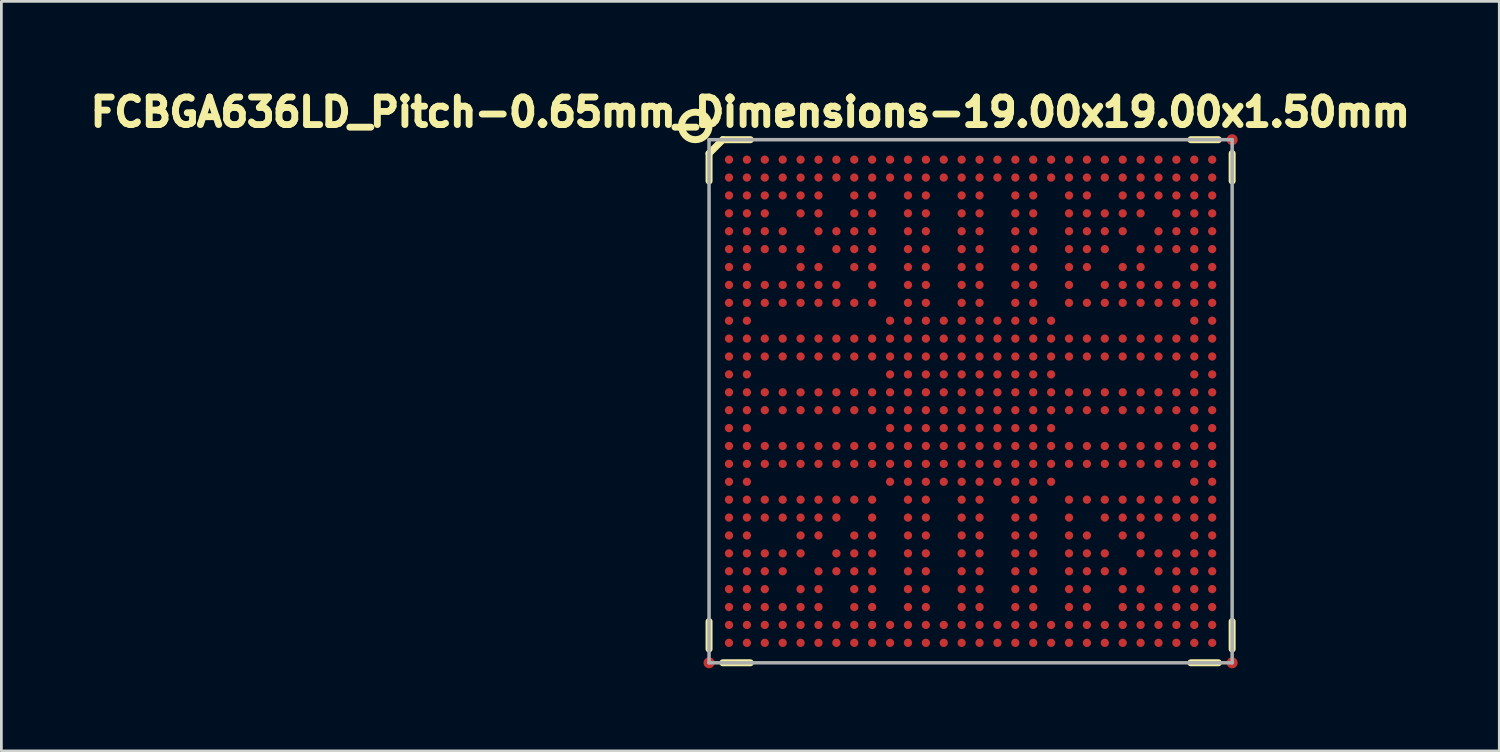
<source format=kicad_pcb>
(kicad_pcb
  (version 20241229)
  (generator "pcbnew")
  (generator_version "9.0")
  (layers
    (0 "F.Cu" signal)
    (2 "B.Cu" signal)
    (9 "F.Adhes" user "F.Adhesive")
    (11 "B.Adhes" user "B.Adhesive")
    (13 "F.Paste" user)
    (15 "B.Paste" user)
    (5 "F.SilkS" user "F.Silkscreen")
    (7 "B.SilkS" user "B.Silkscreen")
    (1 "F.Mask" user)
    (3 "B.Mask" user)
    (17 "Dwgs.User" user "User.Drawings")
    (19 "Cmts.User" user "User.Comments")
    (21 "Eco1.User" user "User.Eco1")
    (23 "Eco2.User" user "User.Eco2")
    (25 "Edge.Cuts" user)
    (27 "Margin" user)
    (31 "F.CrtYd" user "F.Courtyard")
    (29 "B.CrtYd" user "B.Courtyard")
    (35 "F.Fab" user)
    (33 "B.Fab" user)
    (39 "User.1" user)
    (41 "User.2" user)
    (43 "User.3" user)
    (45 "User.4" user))
  (footprint "FCBGA636LD_Pitch-0.65mm_Dimensions-19.00x19.00x1.50mm"
    (layer "F.Cu")
    (at 32.204 11.524)
    (property "Reference" "FCBGA636LD_Pitch-0.65mm_Dimensions-19.00x19.00x1.50mm" (at -8 -10.5 0) (layer "F.SilkS") (effects (font (size 1 1) (thickness 0.25))))
    (attr through_hole)
    (fp_line (start -9.5 -9) (end -9 -9.5) (stroke (width 0.254) (type solid)) (layer "F.SilkS"))
    (fp_line (start -9.5 -8) (end -9.5 -9) (stroke (width 0.254) (type solid)) (layer "F.SilkS"))
    (fp_line (start -9.5 9) (end -9.5 8) (stroke (width 0.254) (type solid)) (layer "F.SilkS"))
    (fp_line (start -9 -9.5) (end -8 -9.5) (stroke (width 0.254) (type solid)) (layer "F.SilkS"))
    (fp_line (start -9 9.5) (end -8 9.5) (stroke (width 0.254) (type solid)) (layer "F.SilkS"))
    (fp_line (start 9 -9.5) (end 8 -9.5) (stroke (width 0.254) (type solid)) (layer "F.SilkS"))
    (fp_line (start 9 9.5) (end 8 9.5) (stroke (width 0.254) (type solid)) (layer "F.SilkS"))
    (fp_line (start 9.5 -9) (end 9.5 -8) (stroke (width 0.254) (type solid)) (layer "F.SilkS"))
    (fp_line (start 9.5 9) (end 9.5 8) (stroke (width 0.254) (type solid)) (layer "F.SilkS"))
    (fp_circle (center -10 -10) (end -10 -9.5) (stroke (width 0.254) (type solid)) (fill no) (layer "F.SilkS"))
    (fp_line (start -9.5 -9.5) (end 9.5 -9.5) (stroke (width 0.127) (type solid)) (layer "F.Fab"))
    (fp_line (start -9.5 9.5) (end -9.5 -9.5) (stroke (width 0.127) (type solid)) (layer "F.Fab"))
    (fp_line (start 9.5 -9.5) (end 9.5 9.5) (stroke (width 0.127) (type solid)) (layer "F.Fab"))
    (fp_line (start 9.5 9.5) (end -9.5 9.5) (stroke (width 0.127) (type solid)) (layer "F.Fab"))
    (pad "A1" smd circle (at -8.775 -8.775) (size 0.3 0.3) (layers "F.Cu" "F.Mask" "F.Paste"))
    (pad "A2" smd circle (at -8.125 -8.775) (size 0.3 0.3) (layers "F.Cu" "F.Mask" "F.Paste"))
    (pad "A3" smd circle (at -7.475 -8.775) (size 0.3 0.3) (layers "F.Cu" "F.Mask" "F.Paste"))
    (pad "A4" smd circle (at -6.825 -8.775) (size 0.3 0.3) (layers "F.Cu" "F.Mask" "F.Paste"))
    (pad "A5" smd circle (at -6.175 -8.775) (size 0.3 0.3) (layers "F.Cu" "F.Mask" "F.Paste"))
    (pad "A6" smd circle (at -5.525 -8.775) (size 0.3 0.3) (layers "F.Cu" "F.Mask" "F.Paste"))
    (pad "A7" smd circle (at -4.875 -8.775) (size 0.3 0.3) (layers "F.Cu" "F.Mask" "F.Paste"))
    (pad "A8" smd circle (at -4.225 -8.775) (size 0.3 0.3) (layers "F.Cu" "F.Mask" "F.Paste"))
    (pad "A9" smd circle (at -3.575 -8.775) (size 0.3 0.3) (layers "F.Cu" "F.Mask" "F.Paste"))
    (pad "A10" smd circle (at -2.925 -8.775) (size 0.3 0.3) (layers "F.Cu" "F.Mask" "F.Paste"))
    (pad "A11" smd circle (at -2.275 -8.775) (size 0.3 0.3) (layers "F.Cu" "F.Mask" "F.Paste"))
    (pad "A12" smd circle (at -1.625 -8.775) (size 0.3 0.3) (layers "F.Cu" "F.Mask" "F.Paste"))
    (pad "A13" smd circle (at -0.975 -8.775) (size 0.3 0.3) (layers "F.Cu" "F.Mask" "F.Paste"))
    (pad "A14" smd circle (at -0.325 -8.775) (size 0.3 0.3) (layers "F.Cu" "F.Mask" "F.Paste"))
    (pad "A15" smd circle (at 0.325 -8.775) (size 0.3 0.3) (layers "F.Cu" "F.Mask" "F.Paste"))
    (pad "A16" smd circle (at 0.975 -8.775) (size 0.3 0.3) (layers "F.Cu" "F.Mask" "F.Paste"))
    (pad "A17" smd circle (at 1.625 -8.775) (size 0.3 0.3) (layers "F.Cu" "F.Mask" "F.Paste"))
    (pad "A18" smd circle (at 2.275 -8.775) (size 0.3 0.3) (layers "F.Cu" "F.Mask" "F.Paste"))
    (pad "A19" smd circle (at 2.925 -8.775) (size 0.3 0.3) (layers "F.Cu" "F.Mask" "F.Paste"))
    (pad "A20" smd circle (at 3.575 -8.775) (size 0.3 0.3) (layers "F.Cu" "F.Mask" "F.Paste"))
    (pad "A21" smd circle (at 4.225 -8.775) (size 0.3 0.3) (layers "F.Cu" "F.Mask" "F.Paste"))
    (pad "A22" smd circle (at 4.875 -8.775) (size 0.3 0.3) (layers "F.Cu" "F.Mask" "F.Paste"))
    (pad "A23" smd circle (at 5.525 -8.775) (size 0.3 0.3) (layers "F.Cu" "F.Mask" "F.Paste"))
    (pad "A24" smd circle (at 6.175 -8.775) (size 0.3 0.3) (layers "F.Cu" "F.Mask" "F.Paste"))
    (pad "A25" smd circle (at 6.825 -8.775) (size 0.3 0.3) (layers "F.Cu" "F.Mask" "F.Paste"))
    (pad "A26" smd circle (at 7.475 -8.775) (size 0.3 0.3) (layers "F.Cu" "F.Mask" "F.Paste"))
    (pad "A27" smd circle (at 8.125 -8.775) (size 0.3 0.3) (layers "F.Cu" "F.Mask" "F.Paste"))
    (pad "A28" smd circle (at 8.775 -8.775) (size 0.3 0.3) (layers "F.Cu" "F.Mask" "F.Paste"))
    (pad "AA1" smd circle (at -8.775 4.225) (size 0.3 0.3) (layers "F.Cu" "F.Mask" "F.Paste"))
    (pad "AA2" smd circle (at -8.125 4.225) (size 0.3 0.3) (layers "F.Cu" "F.Mask" "F.Paste"))
    (pad "AA3" smd circle (at -7.475 4.225) (size 0.3 0.3) (layers "F.Cu" "F.Mask" "F.Paste"))
    (pad "AA4" smd circle (at -6.825 4.225) (size 0.3 0.3) (layers "F.Cu" "F.Mask" "F.Paste"))
    (pad "AA5" smd circle (at -6.175 4.225) (size 0.3 0.3) (layers "F.Cu" "F.Mask" "F.Paste"))
    (pad "AA6" smd circle (at -5.525 4.225) (size 0.3 0.3) (layers "F.Cu" "F.Mask" "F.Paste"))
    (pad "AA7" smd circle (at -4.875 4.225) (size 0.3 0.3) (layers "F.Cu" "F.Mask" "F.Paste"))
    (pad "AA9" smd circle (at -3.575 4.225) (size 0.3 0.3) (layers "F.Cu" "F.Mask" "F.Paste"))
    (pad "AA11" smd circle (at -2.275 4.225) (size 0.3 0.3) (layers "F.Cu" "F.Mask" "F.Paste"))
    (pad "AA12" smd circle (at -1.625 4.225) (size 0.3 0.3) (layers "F.Cu" "F.Mask" "F.Paste"))
    (pad "AA14" smd circle (at -0.325 4.225) (size 0.3 0.3) (layers "F.Cu" "F.Mask" "F.Paste"))
    (pad "AA15" smd circle (at 0.325 4.225) (size 0.3 0.3) (layers "F.Cu" "F.Mask" "F.Paste"))
    (pad "AA17" smd circle (at 1.625 4.225) (size 0.3 0.3) (layers "F.Cu" "F.Mask" "F.Paste"))
    (pad "AA18" smd circle (at 2.275 4.225) (size 0.3 0.3) (layers "F.Cu" "F.Mask" "F.Paste"))
    (pad "AA20" smd circle (at 3.575 4.225) (size 0.3 0.3) (layers "F.Cu" "F.Mask" "F.Paste"))
    (pad "AA22" smd circle (at 4.875 4.225) (size 0.3 0.3) (layers "F.Cu" "F.Mask" "F.Paste"))
    (pad "AA23" smd circle (at 5.525 4.225) (size 0.3 0.3) (layers "F.Cu" "F.Mask" "F.Paste"))
    (pad "AA24" smd circle (at 6.175 4.225) (size 0.3 0.3) (layers "F.Cu" "F.Mask" "F.Paste"))
    (pad "AA25" smd circle (at 6.825 4.225) (size 0.3 0.3) (layers "F.Cu" "F.Mask" "F.Paste"))
    (pad "AA26" smd circle (at 7.475 4.225) (size 0.3 0.3) (layers "F.Cu" "F.Mask" "F.Paste"))
    (pad "AA27" smd circle (at 8.125 4.225) (size 0.3 0.3) (layers "F.Cu" "F.Mask" "F.Paste"))
    (pad "AA28" smd circle (at 8.775 4.225) (size 0.3 0.3) (layers "F.Cu" "F.Mask" "F.Paste"))
    (pad "AB1" smd circle (at -8.775 4.875) (size 0.3 0.3) (layers "F.Cu" "F.Mask" "F.Paste"))
    (pad "AB2" smd circle (at -8.125 4.875) (size 0.3 0.3) (layers "F.Cu" "F.Mask" "F.Paste"))
    (pad "AB5" smd circle (at -6.175 4.875) (size 0.3 0.3) (layers "F.Cu" "F.Mask" "F.Paste"))
    (pad "AB6" smd circle (at -5.525 4.875) (size 0.3 0.3) (layers "F.Cu" "F.Mask" "F.Paste"))
    (pad "AB8" smd circle (at -4.225 4.875) (size 0.3 0.3) (layers "F.Cu" "F.Mask" "F.Paste"))
    (pad "AB9" smd circle (at -3.575 4.875) (size 0.3 0.3) (layers "F.Cu" "F.Mask" "F.Paste"))
    (pad "AB11" smd circle (at -2.275 4.875) (size 0.3 0.3) (layers "F.Cu" "F.Mask" "F.Paste"))
    (pad "AB12" smd circle (at -1.625 4.875) (size 0.3 0.3) (layers "F.Cu" "F.Mask" "F.Paste"))
    (pad "AB14" smd circle (at -0.325 4.875) (size 0.3 0.3) (layers "F.Cu" "F.Mask" "F.Paste"))
    (pad "AB15" smd circle (at 0.325 4.875) (size 0.3 0.3) (layers "F.Cu" "F.Mask" "F.Paste"))
    (pad "AB17" smd circle (at 1.625 4.875) (size 0.3 0.3) (layers "F.Cu" "F.Mask" "F.Paste"))
    (pad "AB18" smd circle (at 2.275 4.875) (size 0.3 0.3) (layers "F.Cu" "F.Mask" "F.Paste"))
    (pad "AB20" smd circle (at 3.575 4.875) (size 0.3 0.3) (layers "F.Cu" "F.Mask" "F.Paste"))
    (pad "AB21" smd circle (at 4.225 4.875) (size 0.3 0.3) (layers "F.Cu" "F.Mask" "F.Paste"))
    (pad "AB23" smd circle (at 5.525 4.875) (size 0.3 0.3) (layers "F.Cu" "F.Mask" "F.Paste"))
    (pad "AB24" smd circle (at 6.175 4.875) (size 0.3 0.3) (layers "F.Cu" "F.Mask" "F.Paste"))
    (pad "AB27" smd circle (at 8.125 4.875) (size 0.3 0.3) (layers "F.Cu" "F.Mask" "F.Paste"))
    (pad "AB28" smd circle (at 8.775 4.875) (size 0.3 0.3) (layers "F.Cu" "F.Mask" "F.Paste"))
    (pad "AC1" smd circle (at -8.775 5.525) (size 0.3 0.3) (layers "F.Cu" "F.Mask" "F.Paste"))
    (pad "AC2" smd circle (at -8.125 5.525) (size 0.3 0.3) (layers "F.Cu" "F.Mask" "F.Paste"))
    (pad "AC3" smd circle (at -7.475 5.525) (size 0.3 0.3) (layers "F.Cu" "F.Mask" "F.Paste"))
    (pad "AC4" smd circle (at -6.825 5.525) (size 0.3 0.3) (layers "F.Cu" "F.Mask" "F.Paste"))
    (pad "AC5" smd circle (at -6.175 5.525) (size 0.3 0.3) (layers "F.Cu" "F.Mask" "F.Paste"))
    (pad "AC7" smd circle (at -4.875 5.525) (size 0.3 0.3) (layers "F.Cu" "F.Mask" "F.Paste"))
    (pad "AC8" smd circle (at -4.225 5.525) (size 0.3 0.3) (layers "F.Cu" "F.Mask" "F.Paste"))
    (pad "AC9" smd circle (at -3.575 5.525) (size 0.3 0.3) (layers "F.Cu" "F.Mask" "F.Paste"))
    (pad "AC11" smd circle (at -2.275 5.525) (size 0.3 0.3) (layers "F.Cu" "F.Mask" "F.Paste"))
    (pad "AC12" smd circle (at -1.625 5.525) (size 0.3 0.3) (layers "F.Cu" "F.Mask" "F.Paste"))
    (pad "AC14" smd circle (at -0.325 5.525) (size 0.3 0.3) (layers "F.Cu" "F.Mask" "F.Paste"))
    (pad "AC15" smd circle (at 0.325 5.525) (size 0.3 0.3) (layers "F.Cu" "F.Mask" "F.Paste"))
    (pad "AC17" smd circle (at 1.625 5.525) (size 0.3 0.3) (layers "F.Cu" "F.Mask" "F.Paste"))
    (pad "AC18" smd circle (at 2.275 5.525) (size 0.3 0.3) (layers "F.Cu" "F.Mask" "F.Paste"))
    (pad "AC20" smd circle (at 3.575 5.525) (size 0.3 0.3) (layers "F.Cu" "F.Mask" "F.Paste"))
    (pad "AC21" smd circle (at 4.225 5.525) (size 0.3 0.3) (layers "F.Cu" "F.Mask" "F.Paste"))
    (pad "AC22" smd circle (at 4.875 5.525) (size 0.3 0.3) (layers "F.Cu" "F.Mask" "F.Paste"))
    (pad "AC24" smd circle (at 6.175 5.525) (size 0.3 0.3) (layers "F.Cu" "F.Mask" "F.Paste"))
    (pad "AC25" smd circle (at 6.825 5.525) (size 0.3 0.3) (layers "F.Cu" "F.Mask" "F.Paste"))
    (pad "AC26" smd circle (at 7.475 5.525) (size 0.3 0.3) (layers "F.Cu" "F.Mask" "F.Paste"))
    (pad "AC27" smd circle (at 8.125 5.525) (size 0.3 0.3) (layers "F.Cu" "F.Mask" "F.Paste"))
    (pad "AC28" smd circle (at 8.775 5.525) (size 0.3 0.3) (layers "F.Cu" "F.Mask" "F.Paste"))
    (pad "AD1" smd circle (at -8.775 6.175) (size 0.3 0.3) (layers "F.Cu" "F.Mask" "F.Paste"))
    (pad "AD2" smd circle (at -8.125 6.175) (size 0.3 0.3) (layers "F.Cu" "F.Mask" "F.Paste"))
    (pad "AD3" smd circle (at -7.475 6.175) (size 0.3 0.3) (layers "F.Cu" "F.Mask" "F.Paste"))
    (pad "AD4" smd circle (at -6.825 6.175) (size 0.3 0.3) (layers "F.Cu" "F.Mask" "F.Paste"))
    (pad "AD6" smd circle (at -5.525 6.175) (size 0.3 0.3) (layers "F.Cu" "F.Mask" "F.Paste"))
    (pad "AD7" smd circle (at -4.875 6.175) (size 0.3 0.3) (layers "F.Cu" "F.Mask" "F.Paste"))
    (pad "AD8" smd circle (at -4.225 6.175) (size 0.3 0.3) (layers "F.Cu" "F.Mask" "F.Paste"))
    (pad "AD9" smd circle (at -3.575 6.175) (size 0.3 0.3) (layers "F.Cu" "F.Mask" "F.Paste"))
    (pad "AD11" smd circle (at -2.275 6.175) (size 0.3 0.3) (layers "F.Cu" "F.Mask" "F.Paste"))
    (pad "AD12" smd circle (at -1.625 6.175) (size 0.3 0.3) (layers "F.Cu" "F.Mask" "F.Paste"))
    (pad "AD14" smd circle (at -0.325 6.175) (size 0.3 0.3) (layers "F.Cu" "F.Mask" "F.Paste"))
    (pad "AD15" smd circle (at 0.325 6.175) (size 0.3 0.3) (layers "F.Cu" "F.Mask" "F.Paste"))
    (pad "AD17" smd circle (at 1.625 6.175) (size 0.3 0.3) (layers "F.Cu" "F.Mask" "F.Paste"))
    (pad "AD18" smd circle (at 2.275 6.175) (size 0.3 0.3) (layers "F.Cu" "F.Mask" "F.Paste"))
    (pad "AD20" smd circle (at 3.575 6.175) (size 0.3 0.3) (layers "F.Cu" "F.Mask" "F.Paste"))
    (pad "AD21" smd circle (at 4.225 6.175) (size 0.3 0.3) (layers "F.Cu" "F.Mask" "F.Paste"))
    (pad "AD22" smd circle (at 4.875 6.175) (size 0.3 0.3) (layers "F.Cu" "F.Mask" "F.Paste"))
    (pad "AD23" smd circle (at 5.525 6.175) (size 0.3 0.3) (layers "F.Cu" "F.Mask" "F.Paste"))
    (pad "AD25" smd circle (at 6.825 6.175) (size 0.3 0.3) (layers "F.Cu" "F.Mask" "F.Paste"))
    (pad "AD26" smd circle (at 7.475 6.175) (size 0.3 0.3) (layers "F.Cu" "F.Mask" "F.Paste"))
    (pad "AD27" smd circle (at 8.125 6.175) (size 0.3 0.3) (layers "F.Cu" "F.Mask" "F.Paste"))
    (pad "AD28" smd circle (at 8.775 6.175) (size 0.3 0.3) (layers "F.Cu" "F.Mask" "F.Paste"))
    (pad "AE1" smd circle (at -8.775 6.825) (size 0.3 0.3) (layers "F.Cu" "F.Mask" "F.Paste"))
    (pad "AE2" smd circle (at -8.125 6.825) (size 0.3 0.3) (layers "F.Cu" "F.Mask" "F.Paste"))
    (pad "AE3" smd circle (at -7.475 6.825) (size 0.3 0.3) (layers "F.Cu" "F.Mask" "F.Paste"))
    (pad "AE5" smd circle (at -6.175 6.825) (size 0.3 0.3) (layers "F.Cu" "F.Mask" "F.Paste"))
    (pad "AE6" smd circle (at -5.525 6.825) (size 0.3 0.3) (layers "F.Cu" "F.Mask" "F.Paste"))
    (pad "AE8" smd circle (at -4.225 6.825) (size 0.3 0.3) (layers "F.Cu" "F.Mask" "F.Paste"))
    (pad "AE9" smd circle (at -3.575 6.825) (size 0.3 0.3) (layers "F.Cu" "F.Mask" "F.Paste"))
    (pad "AE11" smd circle (at -2.275 6.825) (size 0.3 0.3) (layers "F.Cu" "F.Mask" "F.Paste"))
    (pad "AE12" smd circle (at -1.625 6.825) (size 0.3 0.3) (layers "F.Cu" "F.Mask" "F.Paste"))
    (pad "AE14" smd circle (at -0.325 6.825) (size 0.3 0.3) (layers "F.Cu" "F.Mask" "F.Paste"))
    (pad "AE15" smd circle (at 0.325 6.825) (size 0.3 0.3) (layers "F.Cu" "F.Mask" "F.Paste"))
    (pad "AE17" smd circle (at 1.625 6.825) (size 0.3 0.3) (layers "F.Cu" "F.Mask" "F.Paste"))
    (pad "AE18" smd circle (at 2.275 6.825) (size 0.3 0.3) (layers "F.Cu" "F.Mask" "F.Paste"))
    (pad "AE20" smd circle (at 3.575 6.825) (size 0.3 0.3) (layers "F.Cu" "F.Mask" "F.Paste"))
    (pad "AE21" smd circle (at 4.225 6.825) (size 0.3 0.3) (layers "F.Cu" "F.Mask" "F.Paste"))
    (pad "AE23" smd circle (at 5.525 6.825) (size 0.3 0.3) (layers "F.Cu" "F.Mask" "F.Paste"))
    (pad "AE24" smd circle (at 6.175 6.825) (size 0.3 0.3) (layers "F.Cu" "F.Mask" "F.Paste"))
    (pad "AE26" smd circle (at 7.475 6.825) (size 0.3 0.3) (layers "F.Cu" "F.Mask" "F.Paste"))
    (pad "AE27" smd circle (at 8.125 6.825) (size 0.3 0.3) (layers "F.Cu" "F.Mask" "F.Paste"))
    (pad "AE28" smd circle (at 8.775 6.825) (size 0.3 0.3) (layers "F.Cu" "F.Mask" "F.Paste"))
    (pad "AF1" smd circle (at -8.775 7.475) (size 0.3 0.3) (layers "F.Cu" "F.Mask" "F.Paste"))
    (pad "AF2" smd circle (at -8.125 7.475) (size 0.3 0.3) (layers "F.Cu" "F.Mask" "F.Paste"))
    (pad "AF3" smd circle (at -7.475 7.475) (size 0.3 0.3) (layers "F.Cu" "F.Mask" "F.Paste"))
    (pad "AF4" smd circle (at -6.825 7.475) (size 0.3 0.3) (layers "F.Cu" "F.Mask" "F.Paste"))
    (pad "AF5" smd circle (at -6.175 7.475) (size 0.3 0.3) (layers "F.Cu" "F.Mask" "F.Paste"))
    (pad "AF6" smd circle (at -5.525 7.475) (size 0.3 0.3) (layers "F.Cu" "F.Mask" "F.Paste"))
    (pad "AF8" smd circle (at -4.225 7.475) (size 0.3 0.3) (layers "F.Cu" "F.Mask" "F.Paste"))
    (pad "AF9" smd circle (at -3.575 7.475) (size 0.3 0.3) (layers "F.Cu" "F.Mask" "F.Paste"))
    (pad "AF11" smd circle (at -2.275 7.475) (size 0.3 0.3) (layers "F.Cu" "F.Mask" "F.Paste"))
    (pad "AF12" smd circle (at -1.625 7.475) (size 0.3 0.3) (layers "F.Cu" "F.Mask" "F.Paste"))
    (pad "AF14" smd circle (at -0.325 7.475) (size 0.3 0.3) (layers "F.Cu" "F.Mask" "F.Paste"))
    (pad "AF15" smd circle (at 0.325 7.475) (size 0.3 0.3) (layers "F.Cu" "F.Mask" "F.Paste"))
    (pad "AF17" smd circle (at 1.625 7.475) (size 0.3 0.3) (layers "F.Cu" "F.Mask" "F.Paste"))
    (pad "AF18" smd circle (at 2.275 7.475) (size 0.3 0.3) (layers "F.Cu" "F.Mask" "F.Paste"))
    (pad "AF20" smd circle (at 3.575 7.475) (size 0.3 0.3) (layers "F.Cu" "F.Mask" "F.Paste"))
    (pad "AF21" smd circle (at 4.225 7.475) (size 0.3 0.3) (layers "F.Cu" "F.Mask" "F.Paste"))
    (pad "AF23" smd circle (at 5.525 7.475) (size 0.3 0.3) (layers "F.Cu" "F.Mask" "F.Paste"))
    (pad "AF24" smd circle (at 6.175 7.475) (size 0.3 0.3) (layers "F.Cu" "F.Mask" "F.Paste"))
    (pad "AF25" smd circle (at 6.825 7.475) (size 0.3 0.3) (layers "F.Cu" "F.Mask" "F.Paste"))
    (pad "AF26" smd circle (at 7.475 7.475) (size 0.3 0.3) (layers "F.Cu" "F.Mask" "F.Paste"))
    (pad "AF27" smd circle (at 8.125 7.475) (size 0.3 0.3) (layers "F.Cu" "F.Mask" "F.Paste"))
    (pad "AF28" smd circle (at 8.775 7.475) (size 0.3 0.3) (layers "F.Cu" "F.Mask" "F.Paste"))
    (pad "AG1" smd circle (at -8.775 8.125) (size 0.3 0.3) (layers "F.Cu" "F.Mask" "F.Paste"))
    (pad "AG2" smd circle (at -8.125 8.125) (size 0.3 0.3) (layers "F.Cu" "F.Mask" "F.Paste"))
    (pad "AG3" smd circle (at -7.475 8.125) (size 0.3 0.3) (layers "F.Cu" "F.Mask" "F.Paste"))
    (pad "AG4" smd circle (at -6.825 8.125) (size 0.3 0.3) (layers "F.Cu" "F.Mask" "F.Paste"))
    (pad "AG5" smd circle (at -6.175 8.125) (size 0.3 0.3) (layers "F.Cu" "F.Mask" "F.Paste"))
    (pad "AG6" smd circle (at -5.525 8.125) (size 0.3 0.3) (layers "F.Cu" "F.Mask" "F.Paste"))
    (pad "AG7" smd circle (at -4.875 8.125) (size 0.3 0.3) (layers "F.Cu" "F.Mask" "F.Paste"))
    (pad "AG8" smd circle (at -4.225 8.125) (size 0.3 0.3) (layers "F.Cu" "F.Mask" "F.Paste"))
    (pad "AG9" smd circle (at -3.575 8.125) (size 0.3 0.3) (layers "F.Cu" "F.Mask" "F.Paste"))
    (pad "AG10" smd circle (at -2.925 8.125) (size 0.3 0.3) (layers "F.Cu" "F.Mask" "F.Paste"))
    (pad "AG11" smd circle (at -2.275 8.125) (size 0.3 0.3) (layers "F.Cu" "F.Mask" "F.Paste"))
    (pad "AG12" smd circle (at -1.625 8.125) (size 0.3 0.3) (layers "F.Cu" "F.Mask" "F.Paste"))
    (pad "AG13" smd circle (at -0.975 8.125) (size 0.3 0.3) (layers "F.Cu" "F.Mask" "F.Paste"))
    (pad "AG14" smd circle (at -0.325 8.125) (size 0.3 0.3) (layers "F.Cu" "F.Mask" "F.Paste"))
    (pad "AG15" smd circle (at 0.325 8.125) (size 0.3 0.3) (layers "F.Cu" "F.Mask" "F.Paste"))
    (pad "AG16" smd circle (at 0.975 8.125) (size 0.3 0.3) (layers "F.Cu" "F.Mask" "F.Paste"))
    (pad "AG17" smd circle (at 1.625 8.125) (size 0.3 0.3) (layers "F.Cu" "F.Mask" "F.Paste"))
    (pad "AG18" smd circle (at 2.275 8.125) (size 0.3 0.3) (layers "F.Cu" "F.Mask" "F.Paste"))
    (pad "AG19" smd circle (at 2.925 8.125) (size 0.3 0.3) (layers "F.Cu" "F.Mask" "F.Paste"))
    (pad "AG20" smd circle (at 3.575 8.125) (size 0.3 0.3) (layers "F.Cu" "F.Mask" "F.Paste"))
    (pad "AG21" smd circle (at 4.225 8.125) (size 0.3 0.3) (layers "F.Cu" "F.Mask" "F.Paste"))
    (pad "AG22" smd circle (at 4.875 8.125) (size 0.3 0.3) (layers "F.Cu" "F.Mask" "F.Paste"))
    (pad "AG23" smd circle (at 5.525 8.125) (size 0.3 0.3) (layers "F.Cu" "F.Mask" "F.Paste"))
    (pad "AG24" smd circle (at 6.175 8.125) (size 0.3 0.3) (layers "F.Cu" "F.Mask" "F.Paste"))
    (pad "AG25" smd circle (at 6.825 8.125) (size 0.3 0.3) (layers "F.Cu" "F.Mask" "F.Paste"))
    (pad "AG26" smd circle (at 7.475 8.125) (size 0.3 0.3) (layers "F.Cu" "F.Mask" "F.Paste"))
    (pad "AG27" smd circle (at 8.125 8.125) (size 0.3 0.3) (layers "F.Cu" "F.Mask" "F.Paste"))
    (pad "AG28" smd circle (at 8.775 8.125) (size 0.3 0.3) (layers "F.Cu" "F.Mask" "F.Paste"))
    (pad "AH1" smd circle (at -8.775 8.775) (size 0.3 0.3) (layers "F.Cu" "F.Mask" "F.Paste"))
    (pad "AH2" smd circle (at -8.125 8.775) (size 0.3 0.3) (layers "F.Cu" "F.Mask" "F.Paste"))
    (pad "AH3" smd circle (at -7.475 8.775) (size 0.3 0.3) (layers "F.Cu" "F.Mask" "F.Paste"))
    (pad "AH4" smd circle (at -6.825 8.775) (size 0.3 0.3) (layers "F.Cu" "F.Mask" "F.Paste"))
    (pad "AH5" smd circle (at -6.175 8.775) (size 0.3 0.3) (layers "F.Cu" "F.Mask" "F.Paste"))
    (pad "AH6" smd circle (at -5.525 8.775) (size 0.3 0.3) (layers "F.Cu" "F.Mask" "F.Paste"))
    (pad "AH7" smd circle (at -4.875 8.775) (size 0.3 0.3) (layers "F.Cu" "F.Mask" "F.Paste"))
    (pad "AH8" smd circle (at -4.225 8.775) (size 0.3 0.3) (layers "F.Cu" "F.Mask" "F.Paste"))
    (pad "AH9" smd circle (at -3.575 8.775) (size 0.3 0.3) (layers "F.Cu" "F.Mask" "F.Paste"))
    (pad "AH10" smd circle (at -2.925 8.775) (size 0.3 0.3) (layers "F.Cu" "F.Mask" "F.Paste"))
    (pad "AH11" smd circle (at -2.275 8.775) (size 0.3 0.3) (layers "F.Cu" "F.Mask" "F.Paste"))
    (pad "AH12" smd circle (at -1.625 8.775) (size 0.3 0.3) (layers "F.Cu" "F.Mask" "F.Paste"))
    (pad "AH13" smd circle (at -0.975 8.775) (size 0.3 0.3) (layers "F.Cu" "F.Mask" "F.Paste"))
    (pad "AH14" smd circle (at -0.325 8.775) (size 0.3 0.3) (layers "F.Cu" "F.Mask" "F.Paste"))
    (pad "AH15" smd circle (at 0.325 8.775) (size 0.3 0.3) (layers "F.Cu" "F.Mask" "F.Paste"))
    (pad "AH16" smd circle (at 0.975 8.775) (size 0.3 0.3) (layers "F.Cu" "F.Mask" "F.Paste"))
    (pad "AH17" smd circle (at 1.625 8.775) (size 0.3 0.3) (layers "F.Cu" "F.Mask" "F.Paste"))
    (pad "AH18" smd circle (at 2.275 8.775) (size 0.3 0.3) (layers "F.Cu" "F.Mask" "F.Paste"))
    (pad "AH19" smd circle (at 2.925 8.775) (size 0.3 0.3) (layers "F.Cu" "F.Mask" "F.Paste"))
    (pad "AH20" smd circle (at 3.575 8.775) (size 0.3 0.3) (layers "F.Cu" "F.Mask" "F.Paste"))
    (pad "AH21" smd circle (at 4.225 8.775) (size 0.3 0.3) (layers "F.Cu" "F.Mask" "F.Paste"))
    (pad "AH22" smd circle (at 4.875 8.775) (size 0.3 0.3) (layers "F.Cu" "F.Mask" "F.Paste"))
    (pad "AH23" smd circle (at 5.525 8.775) (size 0.3 0.3) (layers "F.Cu" "F.Mask" "F.Paste"))
    (pad "AH24" smd circle (at 6.175 8.775) (size 0.3 0.3) (layers "F.Cu" "F.Mask" "F.Paste"))
    (pad "AH25" smd circle (at 6.825 8.775) (size 0.3 0.3) (layers "F.Cu" "F.Mask" "F.Paste"))
    (pad "AH26" smd circle (at 7.475 8.775) (size 0.3 0.3) (layers "F.Cu" "F.Mask" "F.Paste"))
    (pad "AH27" smd circle (at 8.125 8.775) (size 0.3 0.3) (layers "F.Cu" "F.Mask" "F.Paste"))
    (pad "AH28" smd circle (at 8.775 8.775) (size 0.3 0.3) (layers "F.Cu" "F.Mask" "F.Paste"))
    (pad "B1" smd circle (at -8.775 -8.125) (size 0.3 0.3) (layers "F.Cu" "F.Mask" "F.Paste"))
    (pad "B2" smd circle (at -8.125 -8.125) (size 0.3 0.3) (layers "F.Cu" "F.Mask" "F.Paste"))
    (pad "B3" smd circle (at -7.475 -8.125) (size 0.3 0.3) (layers "F.Cu" "F.Mask" "F.Paste"))
    (pad "B4" smd circle (at -6.825 -8.125) (size 0.3 0.3) (layers "F.Cu" "F.Mask" "F.Paste"))
    (pad "B5" smd circle (at -6.175 -8.125) (size 0.3 0.3) (layers "F.Cu" "F.Mask" "F.Paste"))
    (pad "B6" smd circle (at -5.525 -8.125) (size 0.3 0.3) (layers "F.Cu" "F.Mask" "F.Paste"))
    (pad "B7" smd circle (at -4.875 -8.125) (size 0.3 0.3) (layers "F.Cu" "F.Mask" "F.Paste"))
    (pad "B8" smd circle (at -4.225 -8.125) (size 0.3 0.3) (layers "F.Cu" "F.Mask" "F.Paste"))
    (pad "B9" smd circle (at -3.575 -8.125) (size 0.3 0.3) (layers "F.Cu" "F.Mask" "F.Paste"))
    (pad "B10" smd circle (at -2.925 -8.125) (size 0.3 0.3) (layers "F.Cu" "F.Mask" "F.Paste"))
    (pad "B11" smd circle (at -2.275 -8.125) (size 0.3 0.3) (layers "F.Cu" "F.Mask" "F.Paste"))
    (pad "B12" smd circle (at -1.625 -8.125) (size 0.3 0.3) (layers "F.Cu" "F.Mask" "F.Paste"))
    (pad "B13" smd circle (at -0.975 -8.125) (size 0.3 0.3) (layers "F.Cu" "F.Mask" "F.Paste"))
    (pad "B14" smd circle (at -0.325 -8.125) (size 0.3 0.3) (layers "F.Cu" "F.Mask" "F.Paste"))
    (pad "B15" smd circle (at 0.325 -8.125) (size 0.3 0.3) (layers "F.Cu" "F.Mask" "F.Paste"))
    (pad "B16" smd circle (at 0.975 -8.125) (size 0.3 0.3) (layers "F.Cu" "F.Mask" "F.Paste"))
    (pad "B17" smd circle (at 1.625 -8.125) (size 0.3 0.3) (layers "F.Cu" "F.Mask" "F.Paste"))
    (pad "B18" smd circle (at 2.275 -8.125) (size 0.3 0.3) (layers "F.Cu" "F.Mask" "F.Paste"))
    (pad "B19" smd circle (at 2.925 -8.125) (size 0.3 0.3) (layers "F.Cu" "F.Mask" "F.Paste"))
    (pad "B20" smd circle (at 3.575 -8.125) (size 0.3 0.3) (layers "F.Cu" "F.Mask" "F.Paste"))
    (pad "B21" smd circle (at 4.225 -8.125) (size 0.3 0.3) (layers "F.Cu" "F.Mask" "F.Paste"))
    (pad "B22" smd circle (at 4.875 -8.125) (size 0.3 0.3) (layers "F.Cu" "F.Mask" "F.Paste"))
    (pad "B23" smd circle (at 5.525 -8.125) (size 0.3 0.3) (layers "F.Cu" "F.Mask" "F.Paste"))
    (pad "B24" smd circle (at 6.175 -8.125) (size 0.3 0.3) (layers "F.Cu" "F.Mask" "F.Paste"))
    (pad "B25" smd circle (at 6.825 -8.125) (size 0.3 0.3) (layers "F.Cu" "F.Mask" "F.Paste"))
    (pad "B26" smd circle (at 7.475 -8.125) (size 0.3 0.3) (layers "F.Cu" "F.Mask" "F.Paste"))
    (pad "B27" smd circle (at 8.125 -8.125) (size 0.3 0.3) (layers "F.Cu" "F.Mask" "F.Paste"))
    (pad "B28" smd circle (at 8.775 -8.125) (size 0.3 0.3) (layers "F.Cu" "F.Mask" "F.Paste"))
    (pad "C1" smd circle (at -8.775 -7.475) (size 0.3 0.3) (layers "F.Cu" "F.Mask" "F.Paste"))
    (pad "C2" smd circle (at -8.125 -7.475) (size 0.3 0.3) (layers "F.Cu" "F.Mask" "F.Paste"))
    (pad "C3" smd circle (at -7.475 -7.475) (size 0.3 0.3) (layers "F.Cu" "F.Mask" "F.Paste"))
    (pad "C4" smd circle (at -6.825 -7.475) (size 0.3 0.3) (layers "F.Cu" "F.Mask" "F.Paste"))
    (pad "C5" smd circle (at -6.175 -7.475) (size 0.3 0.3) (layers "F.Cu" "F.Mask" "F.Paste"))
    (pad "C6" smd circle (at -5.525 -7.475) (size 0.3 0.3) (layers "F.Cu" "F.Mask" "F.Paste"))
    (pad "C8" smd circle (at -4.225 -7.475) (size 0.3 0.3) (layers "F.Cu" "F.Mask" "F.Paste"))
    (pad "C9" smd circle (at -3.575 -7.475) (size 0.3 0.3) (layers "F.Cu" "F.Mask" "F.Paste"))
    (pad "C11" smd circle (at -2.275 -7.475) (size 0.3 0.3) (layers "F.Cu" "F.Mask" "F.Paste"))
    (pad "C12" smd circle (at -1.625 -7.475) (size 0.3 0.3) (layers "F.Cu" "F.Mask" "F.Paste"))
    (pad "C14" smd circle (at -0.325 -7.475) (size 0.3 0.3) (layers "F.Cu" "F.Mask" "F.Paste"))
    (pad "C15" smd circle (at 0.325 -7.475) (size 0.3 0.3) (layers "F.Cu" "F.Mask" "F.Paste"))
    (pad "C17" smd circle (at 1.625 -7.475) (size 0.3 0.3) (layers "F.Cu" "F.Mask" "F.Paste"))
    (pad "C18" smd circle (at 2.275 -7.475) (size 0.3 0.3) (layers "F.Cu" "F.Mask" "F.Paste"))
    (pad "C20" smd circle (at 3.575 -7.475) (size 0.3 0.3) (layers "F.Cu" "F.Mask" "F.Paste"))
    (pad "C21" smd circle (at 4.225 -7.475) (size 0.3 0.3) (layers "F.Cu" "F.Mask" "F.Paste"))
    (pad "C23" smd circle (at 5.525 -7.475) (size 0.3 0.3) (layers "F.Cu" "F.Mask" "F.Paste"))
    (pad "C24" smd circle (at 6.175 -7.475) (size 0.3 0.3) (layers "F.Cu" "F.Mask" "F.Paste"))
    (pad "C25" smd circle (at 6.825 -7.475) (size 0.3 0.3) (layers "F.Cu" "F.Mask" "F.Paste"))
    (pad "C26" smd circle (at 7.475 -7.475) (size 0.3 0.3) (layers "F.Cu" "F.Mask" "F.Paste"))
    (pad "C27" smd circle (at 8.125 -7.475) (size 0.3 0.3) (layers "F.Cu" "F.Mask" "F.Paste"))
    (pad "C28" smd circle (at 8.775 -7.475) (size 0.3 0.3) (layers "F.Cu" "F.Mask" "F.Paste"))
    (pad "D1" smd circle (at -8.775 -6.825) (size 0.3 0.3) (layers "F.Cu" "F.Mask" "F.Paste"))
    (pad "D2" smd circle (at -8.125 -6.825) (size 0.3 0.3) (layers "F.Cu" "F.Mask" "F.Paste"))
    (pad "D3" smd circle (at -7.475 -6.825) (size 0.3 0.3) (layers "F.Cu" "F.Mask" "F.Paste"))
    (pad "D5" smd circle (at -6.175 -6.825) (size 0.3 0.3) (layers "F.Cu" "F.Mask" "F.Paste"))
    (pad "D6" smd circle (at -5.525 -6.825) (size 0.3 0.3) (layers "F.Cu" "F.Mask" "F.Paste"))
    (pad "D8" smd circle (at -4.225 -6.825) (size 0.3 0.3) (layers "F.Cu" "F.Mask" "F.Paste"))
    (pad "D9" smd circle (at -3.575 -6.825) (size 0.3 0.3) (layers "F.Cu" "F.Mask" "F.Paste"))
    (pad "D11" smd circle (at -2.275 -6.825) (size 0.3 0.3) (layers "F.Cu" "F.Mask" "F.Paste"))
    (pad "D12" smd circle (at -1.625 -6.825) (size 0.3 0.3) (layers "F.Cu" "F.Mask" "F.Paste"))
    (pad "D14" smd circle (at -0.325 -6.825) (size 0.3 0.3) (layers "F.Cu" "F.Mask" "F.Paste"))
    (pad "D15" smd circle (at 0.325 -6.825) (size 0.3 0.3) (layers "F.Cu" "F.Mask" "F.Paste"))
    (pad "D17" smd circle (at 1.625 -6.825) (size 0.3 0.3) (layers "F.Cu" "F.Mask" "F.Paste"))
    (pad "D18" smd circle (at 2.275 -6.825) (size 0.3 0.3) (layers "F.Cu" "F.Mask" "F.Paste"))
    (pad "D20" smd circle (at 3.575 -6.825) (size 0.3 0.3) (layers "F.Cu" "F.Mask" "F.Paste"))
    (pad "D21" smd circle (at 4.225 -6.825) (size 0.3 0.3) (layers "F.Cu" "F.Mask" "F.Paste"))
    (pad "D22" smd circle (at 4.875 -6.825) (size 0.3 0.3) (layers "F.Cu" "F.Mask" "F.Paste"))
    (pad "D23" smd circle (at 5.525 -6.825) (size 0.3 0.3) (layers "F.Cu" "F.Mask" "F.Paste"))
    (pad "D24" smd circle (at 6.175 -6.825) (size 0.3 0.3) (layers "F.Cu" "F.Mask" "F.Paste"))
    (pad "D26" smd circle (at 7.475 -6.825) (size 0.3 0.3) (layers "F.Cu" "F.Mask" "F.Paste"))
    (pad "D27" smd circle (at 8.125 -6.825) (size 0.3 0.3) (layers "F.Cu" "F.Mask" "F.Paste"))
    (pad "D28" smd circle (at 8.775 -6.825) (size 0.3 0.3) (layers "F.Cu" "F.Mask" "F.Paste"))
    (pad "E1" smd circle (at -8.775 -6.175) (size 0.3 0.3) (layers "F.Cu" "F.Mask" "F.Paste"))
    (pad "E2" smd circle (at -8.125 -6.175) (size 0.3 0.3) (layers "F.Cu" "F.Mask" "F.Paste"))
    (pad "E3" smd circle (at -7.475 -6.175) (size 0.3 0.3) (layers "F.Cu" "F.Mask" "F.Paste"))
    (pad "E4" smd circle (at -6.825 -6.175) (size 0.3 0.3) (layers "F.Cu" "F.Mask" "F.Paste"))
    (pad "E6" smd circle (at -5.525 -6.175) (size 0.3 0.3) (layers "F.Cu" "F.Mask" "F.Paste"))
    (pad "E7" smd circle (at -4.875 -6.175) (size 0.3 0.3) (layers "F.Cu" "F.Mask" "F.Paste"))
    (pad "E8" smd circle (at -4.225 -6.175) (size 0.3 0.3) (layers "F.Cu" "F.Mask" "F.Paste"))
    (pad "E9" smd circle (at -3.575 -6.175) (size 0.3 0.3) (layers "F.Cu" "F.Mask" "F.Paste"))
    (pad "E11" smd circle (at -2.275 -6.175) (size 0.3 0.3) (layers "F.Cu" "F.Mask" "F.Paste"))
    (pad "E12" smd circle (at -1.625 -6.175) (size 0.3 0.3) (layers "F.Cu" "F.Mask" "F.Paste"))
    (pad "E14" smd circle (at -0.325 -6.175) (size 0.3 0.3) (layers "F.Cu" "F.Mask" "F.Paste"))
    (pad "E15" smd circle (at 0.325 -6.175) (size 0.3 0.3) (layers "F.Cu" "F.Mask" "F.Paste"))
    (pad "E17" smd circle (at 1.625 -6.175) (size 0.3 0.3) (layers "F.Cu" "F.Mask" "F.Paste"))
    (pad "E18" smd circle (at 2.275 -6.175) (size 0.3 0.3) (layers "F.Cu" "F.Mask" "F.Paste"))
    (pad "E20" smd circle (at 3.575 -6.175) (size 0.3 0.3) (layers "F.Cu" "F.Mask" "F.Paste"))
    (pad "E21" smd circle (at 4.225 -6.175) (size 0.3 0.3) (layers "F.Cu" "F.Mask" "F.Paste"))
    (pad "E22" smd circle (at 4.875 -6.175) (size 0.3 0.3) (layers "F.Cu" "F.Mask" "F.Paste"))
    (pad "E23" smd circle (at 5.525 -6.175) (size 0.3 0.3) (layers "F.Cu" "F.Mask" "F.Paste"))
    (pad "E25" smd circle (at 6.825 -6.175) (size 0.3 0.3) (layers "F.Cu" "F.Mask" "F.Paste"))
    (pad "E26" smd circle (at 7.475 -6.175) (size 0.3 0.3) (layers "F.Cu" "F.Mask" "F.Paste"))
    (pad "E27" smd circle (at 8.125 -6.175) (size 0.3 0.3) (layers "F.Cu" "F.Mask" "F.Paste"))
    (pad "E28" smd circle (at 8.775 -6.175) (size 0.3 0.3) (layers "F.Cu" "F.Mask" "F.Paste"))
    (pad "F1" smd circle (at -8.775 -5.525) (size 0.3 0.3) (layers "F.Cu" "F.Mask" "F.Paste"))
    (pad "F2" smd circle (at -8.125 -5.525) (size 0.3 0.3) (layers "F.Cu" "F.Mask" "F.Paste"))
    (pad "F3" smd circle (at -7.475 -5.525) (size 0.3 0.3) (layers "F.Cu" "F.Mask" "F.Paste"))
    (pad "F4" smd circle (at -6.825 -5.525) (size 0.3 0.3) (layers "F.Cu" "F.Mask" "F.Paste"))
    (pad "F5" smd circle (at -6.175 -5.525) (size 0.3 0.3) (layers "F.Cu" "F.Mask" "F.Paste"))
    (pad "F7" smd circle (at -4.875 -5.525) (size 0.3 0.3) (layers "F.Cu" "F.Mask" "F.Paste"))
    (pad "F8" smd circle (at -4.225 -5.525) (size 0.3 0.3) (layers "F.Cu" "F.Mask" "F.Paste"))
    (pad "F9" smd circle (at -3.575 -5.525) (size 0.3 0.3) (layers "F.Cu" "F.Mask" "F.Paste"))
    (pad "F11" smd circle (at -2.275 -5.525) (size 0.3 0.3) (layers "F.Cu" "F.Mask" "F.Paste"))
    (pad "F12" smd circle (at -1.625 -5.525) (size 0.3 0.3) (layers "F.Cu" "F.Mask" "F.Paste"))
    (pad "F14" smd circle (at -0.325 -5.525) (size 0.3 0.3) (layers "F.Cu" "F.Mask" "F.Paste"))
    (pad "F15" smd circle (at 0.325 -5.525) (size 0.3 0.3) (layers "F.Cu" "F.Mask" "F.Paste"))
    (pad "F17" smd circle (at 1.625 -5.525) (size 0.3 0.3) (layers "F.Cu" "F.Mask" "F.Paste"))
    (pad "F18" smd circle (at 2.275 -5.525) (size 0.3 0.3) (layers "F.Cu" "F.Mask" "F.Paste"))
    (pad "F20" smd circle (at 3.575 -5.525) (size 0.3 0.3) (layers "F.Cu" "F.Mask" "F.Paste"))
    (pad "F21" smd circle (at 4.225 -5.525) (size 0.3 0.3) (layers "F.Cu" "F.Mask" "F.Paste"))
    (pad "F22" smd circle (at 4.875 -5.525) (size 0.3 0.3) (layers "F.Cu" "F.Mask" "F.Paste"))
    (pad "F24" smd circle (at 6.175 -5.525) (size 0.3 0.3) (layers "F.Cu" "F.Mask" "F.Paste"))
    (pad "F25" smd circle (at 6.825 -5.525) (size 0.3 0.3) (layers "F.Cu" "F.Mask" "F.Paste"))
    (pad "F26" smd circle (at 7.475 -5.525) (size 0.3 0.3) (layers "F.Cu" "F.Mask" "F.Paste"))
    (pad "F27" smd circle (at 8.125 -5.525) (size 0.3 0.3) (layers "F.Cu" "F.Mask" "F.Paste"))
    (pad "F28" smd circle (at 8.775 -5.525) (size 0.3 0.3) (layers "F.Cu" "F.Mask" "F.Paste"))
    (pad "FID1" smd circle (at 9.5 -9.5) (size 0.4 0.4) (layers "F.Cu" "F.Mask"))
    (pad "FID2" smd circle (at -9.5 9.5) (size 0.4 0.4) (layers "F.Cu" "F.Mask"))
    (pad "FID3" smd circle (at 9.5 9.5) (size 0.4 0.4) (layers "F.Cu" "F.Mask"))
    (pad "G1" smd circle (at -8.775 -4.875) (size 0.3 0.3) (layers "F.Cu" "F.Mask" "F.Paste"))
    (pad "G2" smd circle (at -8.125 -4.875) (size 0.3 0.3) (layers "F.Cu" "F.Mask" "F.Paste"))
    (pad "G5" smd circle (at -6.175 -4.875) (size 0.3 0.3) (layers "F.Cu" "F.Mask" "F.Paste"))
    (pad "G6" smd circle (at -5.525 -4.875) (size 0.3 0.3) (layers "F.Cu" "F.Mask" "F.Paste"))
    (pad "G8" smd circle (at -4.225 -4.875) (size 0.3 0.3) (layers "F.Cu" "F.Mask" "F.Paste"))
    (pad "G9" smd circle (at -3.575 -4.875) (size 0.3 0.3) (layers "F.Cu" "F.Mask" "F.Paste"))
    (pad "G11" smd circle (at -2.275 -4.875) (size 0.3 0.3) (layers "F.Cu" "F.Mask" "F.Paste"))
    (pad "G12" smd circle (at -1.625 -4.875) (size 0.3 0.3) (layers "F.Cu" "F.Mask" "F.Paste"))
    (pad "G14" smd circle (at -0.325 -4.875) (size 0.3 0.3) (layers "F.Cu" "F.Mask" "F.Paste"))
    (pad "G15" smd circle (at 0.325 -4.875) (size 0.3 0.3) (layers "F.Cu" "F.Mask" "F.Paste"))
    (pad "G17" smd circle (at 1.625 -4.875) (size 0.3 0.3) (layers "F.Cu" "F.Mask" "F.Paste"))
    (pad "G18" smd circle (at 2.275 -4.875) (size 0.3 0.3) (layers "F.Cu" "F.Mask" "F.Paste"))
    (pad "G20" smd circle (at 3.575 -4.875) (size 0.3 0.3) (layers "F.Cu" "F.Mask" "F.Paste"))
    (pad "G21" smd circle (at 4.225 -4.875) (size 0.3 0.3) (layers "F.Cu" "F.Mask" "F.Paste"))
    (pad "G23" smd circle (at 5.525 -4.875) (size 0.3 0.3) (layers "F.Cu" "F.Mask" "F.Paste"))
    (pad "G24" smd circle (at 6.175 -4.875) (size 0.3 0.3) (layers "F.Cu" "F.Mask" "F.Paste"))
    (pad "G27" smd circle (at 8.125 -4.875) (size 0.3 0.3) (layers "F.Cu" "F.Mask" "F.Paste"))
    (pad "G28" smd circle (at 8.775 -4.875) (size 0.3 0.3) (layers "F.Cu" "F.Mask" "F.Paste"))
    (pad "H1" smd circle (at -8.775 -4.225) (size 0.3 0.3) (layers "F.Cu" "F.Mask" "F.Paste"))
    (pad "H2" smd circle (at -8.125 -4.225) (size 0.3 0.3) (layers "F.Cu" "F.Mask" "F.Paste"))
    (pad "H3" smd circle (at -7.475 -4.225) (size 0.3 0.3) (layers "F.Cu" "F.Mask" "F.Paste"))
    (pad "H4" smd circle (at -6.825 -4.225) (size 0.3 0.3) (layers "F.Cu" "F.Mask" "F.Paste"))
    (pad "H5" smd circle (at -6.175 -4.225) (size 0.3 0.3) (layers "F.Cu" "F.Mask" "F.Paste"))
    (pad "H6" smd circle (at -5.525 -4.225) (size 0.3 0.3) (layers "F.Cu" "F.Mask" "F.Paste"))
    (pad "H7" smd circle (at -4.875 -4.225) (size 0.3 0.3) (layers "F.Cu" "F.Mask" "F.Paste"))
    (pad "H9" smd circle (at -3.575 -4.225) (size 0.3 0.3) (layers "F.Cu" "F.Mask" "F.Paste"))
    (pad "H11" smd circle (at -2.275 -4.225) (size 0.3 0.3) (layers "F.Cu" "F.Mask" "F.Paste"))
    (pad "H12" smd circle (at -1.625 -4.225) (size 0.3 0.3) (layers "F.Cu" "F.Mask" "F.Paste"))
    (pad "H14" smd circle (at -0.325 -4.225) (size 0.3 0.3) (layers "F.Cu" "F.Mask" "F.Paste"))
    (pad "H15" smd circle (at 0.325 -4.225) (size 0.3 0.3) (layers "F.Cu" "F.Mask" "F.Paste"))
    (pad "H17" smd circle (at 1.625 -4.225) (size 0.3 0.3) (layers "F.Cu" "F.Mask" "F.Paste"))
    (pad "H18" smd circle (at 2.275 -4.225) (size 0.3 0.3) (layers "F.Cu" "F.Mask" "F.Paste"))
    (pad "H20" smd circle (at 3.575 -4.225) (size 0.3 0.3) (layers "F.Cu" "F.Mask" "F.Paste"))
    (pad "H22" smd circle (at 4.875 -4.225) (size 0.3 0.3) (layers "F.Cu" "F.Mask" "F.Paste"))
    (pad "H23" smd circle (at 5.525 -4.225) (size 0.3 0.3) (layers "F.Cu" "F.Mask" "F.Paste"))
    (pad "H24" smd circle (at 6.175 -4.225) (size 0.3 0.3) (layers "F.Cu" "F.Mask" "F.Paste"))
    (pad "H25" smd circle (at 6.825 -4.225) (size 0.3 0.3) (layers "F.Cu" "F.Mask" "F.Paste"))
    (pad "H26" smd circle (at 7.475 -4.225) (size 0.3 0.3) (layers "F.Cu" "F.Mask" "F.Paste"))
    (pad "H27" smd circle (at 8.125 -4.225) (size 0.3 0.3) (layers "F.Cu" "F.Mask" "F.Paste"))
    (pad "H28" smd circle (at 8.775 -4.225) (size 0.3 0.3) (layers "F.Cu" "F.Mask" "F.Paste"))
    (pad "J1" smd circle (at -8.775 -3.575) (size 0.3 0.3) (layers "F.Cu" "F.Mask" "F.Paste"))
    (pad "J2" smd circle (at -8.125 -3.575) (size 0.3 0.3) (layers "F.Cu" "F.Mask" "F.Paste"))
    (pad "J3" smd circle (at -7.475 -3.575) (size 0.3 0.3) (layers "F.Cu" "F.Mask" "F.Paste"))
    (pad "J4" smd circle (at -6.825 -3.575) (size 0.3 0.3) (layers "F.Cu" "F.Mask" "F.Paste"))
    (pad "J5" smd circle (at -6.175 -3.575) (size 0.3 0.3) (layers "F.Cu" "F.Mask" "F.Paste"))
    (pad "J6" smd circle (at -5.525 -3.575) (size 0.3 0.3) (layers "F.Cu" "F.Mask" "F.Paste"))
    (pad "J7" smd circle (at -4.875 -3.575) (size 0.3 0.3) (layers "F.Cu" "F.Mask" "F.Paste"))
    (pad "J8" smd circle (at -4.225 -3.575) (size 0.3 0.3) (layers "F.Cu" "F.Mask" "F.Paste"))
    (pad "J9" smd circle (at -3.575 -3.575) (size 0.3 0.3) (layers "F.Cu" "F.Mask" "F.Paste"))
    (pad "J11" smd circle (at -2.275 -3.575) (size 0.3 0.3) (layers "F.Cu" "F.Mask" "F.Paste"))
    (pad "J12" smd circle (at -1.625 -3.575) (size 0.3 0.3) (layers "F.Cu" "F.Mask" "F.Paste"))
    (pad "J14" smd circle (at -0.325 -3.575) (size 0.3 0.3) (layers "F.Cu" "F.Mask" "F.Paste"))
    (pad "J15" smd circle (at 0.325 -3.575) (size 0.3 0.3) (layers "F.Cu" "F.Mask" "F.Paste"))
    (pad "J17" smd circle (at 1.625 -3.575) (size 0.3 0.3) (layers "F.Cu" "F.Mask" "F.Paste"))
    (pad "J18" smd circle (at 2.275 -3.575) (size 0.3 0.3) (layers "F.Cu" "F.Mask" "F.Paste"))
    (pad "J20" smd circle (at 3.575 -3.575) (size 0.3 0.3) (layers "F.Cu" "F.Mask" "F.Paste"))
    (pad "J21" smd circle (at 4.225 -3.575) (size 0.3 0.3) (layers "F.Cu" "F.Mask" "F.Paste"))
    (pad "J22" smd circle (at 4.875 -3.575) (size 0.3 0.3) (layers "F.Cu" "F.Mask" "F.Paste"))
    (pad "J23" smd circle (at 5.525 -3.575) (size 0.3 0.3) (layers "F.Cu" "F.Mask" "F.Paste"))
    (pad "J24" smd circle (at 6.175 -3.575) (size 0.3 0.3) (layers "F.Cu" "F.Mask" "F.Paste"))
    (pad "J25" smd circle (at 6.825 -3.575) (size 0.3 0.3) (layers "F.Cu" "F.Mask" "F.Paste"))
    (pad "J26" smd circle (at 7.475 -3.575) (size 0.3 0.3) (layers "F.Cu" "F.Mask" "F.Paste"))
    (pad "J27" smd circle (at 8.125 -3.575) (size 0.3 0.3) (layers "F.Cu" "F.Mask" "F.Paste"))
    (pad "J28" smd circle (at 8.775 -3.575) (size 0.3 0.3) (layers "F.Cu" "F.Mask" "F.Paste"))
    (pad "K1" smd circle (at -8.775 -2.925) (size 0.3 0.3) (layers "F.Cu" "F.Mask" "F.Paste"))
    (pad "K2" smd circle (at -8.125 -2.925) (size 0.3 0.3) (layers "F.Cu" "F.Mask" "F.Paste"))
    (pad "K10" smd circle (at -2.925 -2.925) (size 0.3 0.3) (layers "F.Cu" "F.Mask" "F.Paste"))
    (pad "K11" smd circle (at -2.275 -2.925) (size 0.3 0.3) (layers "F.Cu" "F.Mask" "F.Paste"))
    (pad "K12" smd circle (at -1.625 -2.925) (size 0.3 0.3) (layers "F.Cu" "F.Mask" "F.Paste"))
    (pad "K13" smd circle (at -0.975 -2.925) (size 0.3 0.3) (layers "F.Cu" "F.Mask" "F.Paste"))
    (pad "K14" smd circle (at -0.325 -2.925) (size 0.3 0.3) (layers "F.Cu" "F.Mask" "F.Paste"))
    (pad "K15" smd circle (at 0.325 -2.925) (size 0.3 0.3) (layers "F.Cu" "F.Mask" "F.Paste"))
    (pad "K16" smd circle (at 0.975 -2.925) (size 0.3 0.3) (layers "F.Cu" "F.Mask" "F.Paste"))
    (pad "K17" smd circle (at 1.625 -2.925) (size 0.3 0.3) (layers "F.Cu" "F.Mask" "F.Paste"))
    (pad "K18" smd circle (at 2.275 -2.925) (size 0.3 0.3) (layers "F.Cu" "F.Mask" "F.Paste"))
    (pad "K19" smd circle (at 2.925 -2.925) (size 0.3 0.3) (layers "F.Cu" "F.Mask" "F.Paste"))
    (pad "K27" smd circle (at 8.125 -2.925) (size 0.3 0.3) (layers "F.Cu" "F.Mask" "F.Paste"))
    (pad "K28" smd circle (at 8.775 -2.925) (size 0.3 0.3) (layers "F.Cu" "F.Mask" "F.Paste"))
    (pad "L1" smd circle (at -8.775 -2.275) (size 0.3 0.3) (layers "F.Cu" "F.Mask" "F.Paste"))
    (pad "L2" smd circle (at -8.125 -2.275) (size 0.3 0.3) (layers "F.Cu" "F.Mask" "F.Paste"))
    (pad "L3" smd circle (at -7.475 -2.275) (size 0.3 0.3) (layers "F.Cu" "F.Mask" "F.Paste"))
    (pad "L4" smd circle (at -6.825 -2.275) (size 0.3 0.3) (layers "F.Cu" "F.Mask" "F.Paste"))
    (pad "L5" smd circle (at -6.175 -2.275) (size 0.3 0.3) (layers "F.Cu" "F.Mask" "F.Paste"))
    (pad "L6" smd circle (at -5.525 -2.275) (size 0.3 0.3) (layers "F.Cu" "F.Mask" "F.Paste"))
    (pad "L7" smd circle (at -4.875 -2.275) (size 0.3 0.3) (layers "F.Cu" "F.Mask" "F.Paste"))
    (pad "L8" smd circle (at -4.225 -2.275) (size 0.3 0.3) (layers "F.Cu" "F.Mask" "F.Paste"))
    (pad "L9" smd circle (at -3.575 -2.275) (size 0.3 0.3) (layers "F.Cu" "F.Mask" "F.Paste"))
    (pad "L10" smd circle (at -2.925 -2.275) (size 0.3 0.3) (layers "F.Cu" "F.Mask" "F.Paste"))
    (pad "L11" smd circle (at -2.275 -2.275) (size 0.3 0.3) (layers "F.Cu" "F.Mask" "F.Paste"))
    (pad "L12" smd circle (at -1.625 -2.275) (size 0.3 0.3) (layers "F.Cu" "F.Mask" "F.Paste"))
    (pad "L13" smd circle (at -0.975 -2.275) (size 0.3 0.3) (layers "F.Cu" "F.Mask" "F.Paste"))
    (pad "L14" smd circle (at -0.325 -2.275) (size 0.3 0.3) (layers "F.Cu" "F.Mask" "F.Paste"))
    (pad "L15" smd circle (at 0.325 -2.275) (size 0.3 0.3) (layers "F.Cu" "F.Mask" "F.Paste"))
    (pad "L16" smd circle (at 0.975 -2.275) (size 0.3 0.3) (layers "F.Cu" "F.Mask" "F.Paste"))
    (pad "L17" smd circle (at 1.625 -2.275) (size 0.3 0.3) (layers "F.Cu" "F.Mask" "F.Paste"))
    (pad "L18" smd circle (at 2.275 -2.275) (size 0.3 0.3) (layers "F.Cu" "F.Mask" "F.Paste"))
    (pad "L19" smd circle (at 2.925 -2.275) (size 0.3 0.3) (layers "F.Cu" "F.Mask" "F.Paste"))
    (pad "L20" smd circle (at 3.575 -2.275) (size 0.3 0.3) (layers "F.Cu" "F.Mask" "F.Paste"))
    (pad "L21" smd circle (at 4.225 -2.275) (size 0.3 0.3) (layers "F.Cu" "F.Mask" "F.Paste"))
    (pad "L22" smd circle (at 4.875 -2.275) (size 0.3 0.3) (layers "F.Cu" "F.Mask" "F.Paste"))
    (pad "L23" smd circle (at 5.525 -2.275) (size 0.3 0.3) (layers "F.Cu" "F.Mask" "F.Paste"))
    (pad "L24" smd circle (at 6.175 -2.275) (size 0.3 0.3) (layers "F.Cu" "F.Mask" "F.Paste"))
    (pad "L25" smd circle (at 6.825 -2.275) (size 0.3 0.3) (layers "F.Cu" "F.Mask" "F.Paste"))
    (pad "L26" smd circle (at 7.475 -2.275) (size 0.3 0.3) (layers "F.Cu" "F.Mask" "F.Paste"))
    (pad "L27" smd circle (at 8.125 -2.275) (size 0.3 0.3) (layers "F.Cu" "F.Mask" "F.Paste"))
    (pad "L28" smd circle (at 8.775 -2.275) (size 0.3 0.3) (layers "F.Cu" "F.Mask" "F.Paste"))
    (pad "M1" smd circle (at -8.775 -1.625) (size 0.3 0.3) (layers "F.Cu" "F.Mask" "F.Paste"))
    (pad "M2" smd circle (at -8.125 -1.625) (size 0.3 0.3) (layers "F.Cu" "F.Mask" "F.Paste"))
    (pad "M3" smd circle (at -7.475 -1.625) (size 0.3 0.3) (layers "F.Cu" "F.Mask" "F.Paste"))
    (pad "M4" smd circle (at -6.825 -1.625) (size 0.3 0.3) (layers "F.Cu" "F.Mask" "F.Paste"))
    (pad "M5" smd circle (at -6.175 -1.625) (size 0.3 0.3) (layers "F.Cu" "F.Mask" "F.Paste"))
    (pad "M6" smd circle (at -5.525 -1.625) (size 0.3 0.3) (layers "F.Cu" "F.Mask" "F.Paste"))
    (pad "M7" smd circle (at -4.875 -1.625) (size 0.3 0.3) (layers "F.Cu" "F.Mask" "F.Paste"))
    (pad "M8" smd circle (at -4.225 -1.625) (size 0.3 0.3) (layers "F.Cu" "F.Mask" "F.Paste"))
    (pad "M9" smd circle (at -3.575 -1.625) (size 0.3 0.3) (layers "F.Cu" "F.Mask" "F.Paste"))
    (pad "M10" smd circle (at -2.925 -1.625) (size 0.3 0.3) (layers "F.Cu" "F.Mask" "F.Paste"))
    (pad "M11" smd circle (at -2.275 -1.625) (size 0.3 0.3) (layers "F.Cu" "F.Mask" "F.Paste"))
    (pad "M12" smd circle (at -1.625 -1.625) (size 0.3 0.3) (layers "F.Cu" "F.Mask" "F.Paste"))
    (pad "M13" smd circle (at -0.975 -1.625) (size 0.3 0.3) (layers "F.Cu" "F.Mask" "F.Paste"))
    (pad "M14" smd circle (at -0.325 -1.625) (size 0.3 0.3) (layers "F.Cu" "F.Mask" "F.Paste"))
    (pad "M15" smd circle (at 0.325 -1.625) (size 0.3 0.3) (layers "F.Cu" "F.Mask" "F.Paste"))
    (pad "M16" smd circle (at 0.975 -1.625) (size 0.3 0.3) (layers "F.Cu" "F.Mask" "F.Paste"))
    (pad "M17" smd circle (at 1.625 -1.625) (size 0.3 0.3) (layers "F.Cu" "F.Mask" "F.Paste"))
    (pad "M18" smd circle (at 2.275 -1.625) (size 0.3 0.3) (layers "F.Cu" "F.Mask" "F.Paste"))
    (pad "M19" smd circle (at 2.925 -1.625) (size 0.3 0.3) (layers "F.Cu" "F.Mask" "F.Paste"))
    (pad "M20" smd circle (at 3.575 -1.625) (size 0.3 0.3) (layers "F.Cu" "F.Mask" "F.Paste"))
    (pad "M21" smd circle (at 4.225 -1.625) (size 0.3 0.3) (layers "F.Cu" "F.Mask" "F.Paste"))
    (pad "M22" smd circle (at 4.875 -1.625) (size 0.3 0.3) (layers "F.Cu" "F.Mask" "F.Paste"))
    (pad "M23" smd circle (at 5.525 -1.625) (size 0.3 0.3) (layers "F.Cu" "F.Mask" "F.Paste"))
    (pad "M24" smd circle (at 6.175 -1.625) (size 0.3 0.3) (layers "F.Cu" "F.Mask" "F.Paste"))
    (pad "M25" smd circle (at 6.825 -1.625) (size 0.3 0.3) (layers "F.Cu" "F.Mask" "F.Paste"))
    (pad "M26" smd circle (at 7.475 -1.625) (size 0.3 0.3) (layers "F.Cu" "F.Mask" "F.Paste"))
    (pad "M27" smd circle (at 8.125 -1.625) (size 0.3 0.3) (layers "F.Cu" "F.Mask" "F.Paste"))
    (pad "M28" smd circle (at 8.775 -1.625) (size 0.3 0.3) (layers "F.Cu" "F.Mask" "F.Paste"))
    (pad "N1" smd circle (at -8.775 -0.975) (size 0.3 0.3) (layers "F.Cu" "F.Mask" "F.Paste"))
    (pad "N2" smd circle (at -8.125 -0.975) (size 0.3 0.3) (layers "F.Cu" "F.Mask" "F.Paste"))
    (pad "N10" smd circle (at -2.925 -0.975) (size 0.3 0.3) (layers "F.Cu" "F.Mask" "F.Paste"))
    (pad "N11" smd circle (at -2.275 -0.975) (size 0.3 0.3) (layers "F.Cu" "F.Mask" "F.Paste"))
    (pad "N12" smd circle (at -1.625 -0.975) (size 0.3 0.3) (layers "F.Cu" "F.Mask" "F.Paste"))
    (pad "N13" smd circle (at -0.975 -0.975) (size 0.3 0.3) (layers "F.Cu" "F.Mask" "F.Paste"))
    (pad "N14" smd circle (at -0.325 -0.975) (size 0.3 0.3) (layers "F.Cu" "F.Mask" "F.Paste"))
    (pad "N15" smd circle (at 0.325 -0.975) (size 0.3 0.3) (layers "F.Cu" "F.Mask" "F.Paste"))
    (pad "N16" smd circle (at 0.975 -0.975) (size 0.3 0.3) (layers "F.Cu" "F.Mask" "F.Paste"))
    (pad "N17" smd circle (at 1.625 -0.975) (size 0.3 0.3) (layers "F.Cu" "F.Mask" "F.Paste"))
    (pad "N18" smd circle (at 2.275 -0.975) (size 0.3 0.3) (layers "F.Cu" "F.Mask" "F.Paste"))
    (pad "N19" smd circle (at 2.925 -0.975) (size 0.3 0.3) (layers "F.Cu" "F.Mask" "F.Paste"))
    (pad "N27" smd circle (at 8.125 -0.975) (size 0.3 0.3) (layers "F.Cu" "F.Mask" "F.Paste"))
    (pad "N28" smd circle (at 8.775 -0.975) (size 0.3 0.3) (layers "F.Cu" "F.Mask" "F.Paste"))
    (pad "P1" smd circle (at -8.775 -0.325) (size 0.3 0.3) (layers "F.Cu" "F.Mask" "F.Paste"))
    (pad "P2" smd circle (at -8.125 -0.325) (size 0.3 0.3) (layers "F.Cu" "F.Mask" "F.Paste"))
    (pad "P3" smd circle (at -7.475 -0.325) (size 0.3 0.3) (layers "F.Cu" "F.Mask" "F.Paste"))
    (pad "P4" smd circle (at -6.825 -0.325) (size 0.3 0.3) (layers "F.Cu" "F.Mask" "F.Paste"))
    (pad "P5" smd circle (at -6.175 -0.325) (size 0.3 0.3) (layers "F.Cu" "F.Mask" "F.Paste"))
    (pad "P6" smd circle (at -5.525 -0.325) (size 0.3 0.3) (layers "F.Cu" "F.Mask" "F.Paste"))
    (pad "P7" smd circle (at -4.875 -0.325) (size 0.3 0.3) (layers "F.Cu" "F.Mask" "F.Paste"))
    (pad "P8" smd circle (at -4.225 -0.325) (size 0.3 0.3) (layers "F.Cu" "F.Mask" "F.Paste"))
    (pad "P9" smd circle (at -3.575 -0.325) (size 0.3 0.3) (layers "F.Cu" "F.Mask" "F.Paste"))
    (pad "P10" smd circle (at -2.925 -0.325) (size 0.3 0.3) (layers "F.Cu" "F.Mask" "F.Paste"))
    (pad "P11" smd circle (at -2.275 -0.325) (size 0.3 0.3) (layers "F.Cu" "F.Mask" "F.Paste"))
    (pad "P12" smd circle (at -1.625 -0.325) (size 0.3 0.3) (layers "F.Cu" "F.Mask" "F.Paste"))
    (pad "P13" smd circle (at -0.975 -0.325) (size 0.3 0.3) (layers "F.Cu" "F.Mask" "F.Paste"))
    (pad "P14" smd circle (at -0.325 -0.325) (size 0.3 0.3) (layers "F.Cu" "F.Mask" "F.Paste"))
    (pad "P15" smd circle (at 0.325 -0.325) (size 0.3 0.3) (layers "F.Cu" "F.Mask" "F.Paste"))
    (pad "P16" smd circle (at 0.975 -0.325) (size 0.3 0.3) (layers "F.Cu" "F.Mask" "F.Paste"))
    (pad "P17" smd circle (at 1.625 -0.325) (size 0.3 0.3) (layers "F.Cu" "F.Mask" "F.Paste"))
    (pad "P18" smd circle (at 2.275 -0.325) (size 0.3 0.3) (layers "F.Cu" "F.Mask" "F.Paste"))
    (pad "P19" smd circle (at 2.925 -0.325) (size 0.3 0.3) (layers "F.Cu" "F.Mask" "F.Paste"))
    (pad "P20" smd circle (at 3.575 -0.325) (size 0.3 0.3) (layers "F.Cu" "F.Mask" "F.Paste"))
    (pad "P21" smd circle (at 4.225 -0.325) (size 0.3 0.3) (layers "F.Cu" "F.Mask" "F.Paste"))
    (pad "P22" smd circle (at 4.875 -0.325) (size 0.3 0.3) (layers "F.Cu" "F.Mask" "F.Paste"))
    (pad "P23" smd circle (at 5.525 -0.325) (size 0.3 0.3) (layers "F.Cu" "F.Mask" "F.Paste"))
    (pad "P24" smd circle (at 6.175 -0.325) (size 0.3 0.3) (layers "F.Cu" "F.Mask" "F.Paste"))
    (pad "P25" smd circle (at 6.825 -0.325) (size 0.3 0.3) (layers "F.Cu" "F.Mask" "F.Paste"))
    (pad "P26" smd circle (at 7.475 -0.325) (size 0.3 0.3) (layers "F.Cu" "F.Mask" "F.Paste"))
    (pad "P27" smd circle (at 8.125 -0.325) (size 0.3 0.3) (layers "F.Cu" "F.Mask" "F.Paste"))
    (pad "P28" smd circle (at 8.775 -0.325) (size 0.3 0.3) (layers "F.Cu" "F.Mask" "F.Paste"))
    (pad "R1" smd circle (at -8.775 0.325) (size 0.3 0.3) (layers "F.Cu" "F.Mask" "F.Paste"))
    (pad "R2" smd circle (at -8.125 0.325) (size 0.3 0.3) (layers "F.Cu" "F.Mask" "F.Paste"))
    (pad "R3" smd circle (at -7.475 0.325) (size 0.3 0.3) (layers "F.Cu" "F.Mask" "F.Paste"))
    (pad "R4" smd circle (at -6.825 0.325) (size 0.3 0.3) (layers "F.Cu" "F.Mask" "F.Paste"))
    (pad "R5" smd circle (at -6.175 0.325) (size 0.3 0.3) (layers "F.Cu" "F.Mask" "F.Paste"))
    (pad "R6" smd circle (at -5.525 0.325) (size 0.3 0.3) (layers "F.Cu" "F.Mask" "F.Paste"))
    (pad "R7" smd circle (at -4.875 0.325) (size 0.3 0.3) (layers "F.Cu" "F.Mask" "F.Paste"))
    (pad "R8" smd circle (at -4.225 0.325) (size 0.3 0.3) (layers "F.Cu" "F.Mask" "F.Paste"))
    (pad "R9" smd circle (at -3.575 0.325) (size 0.3 0.3) (layers "F.Cu" "F.Mask" "F.Paste"))
    (pad "R10" smd circle (at -2.925 0.325) (size 0.3 0.3) (layers "F.Cu" "F.Mask" "F.Paste"))
    (pad "R11" smd circle (at -2.275 0.325) (size 0.3 0.3) (layers "F.Cu" "F.Mask" "F.Paste"))
    (pad "R12" smd circle (at -1.625 0.325) (size 0.3 0.3) (layers "F.Cu" "F.Mask" "F.Paste"))
    (pad "R13" smd circle (at -0.975 0.325) (size 0.3 0.3) (layers "F.Cu" "F.Mask" "F.Paste"))
    (pad "R14" smd circle (at -0.325 0.325) (size 0.3 0.3) (layers "F.Cu" "F.Mask" "F.Paste"))
    (pad "R15" smd circle (at 0.325 0.325) (size 0.3 0.3) (layers "F.Cu" "F.Mask" "F.Paste"))
    (pad "R16" smd circle (at 0.975 0.325) (size 0.3 0.3) (layers "F.Cu" "F.Mask" "F.Paste"))
    (pad "R17" smd circle (at 1.625 0.325) (size 0.3 0.3) (layers "F.Cu" "F.Mask" "F.Paste"))
    (pad "R18" smd circle (at 2.275 0.325) (size 0.3 0.3) (layers "F.Cu" "F.Mask" "F.Paste"))
    (pad "R19" smd circle (at 2.925 0.325) (size 0.3 0.3) (layers "F.Cu" "F.Mask" "F.Paste"))
    (pad "R20" smd circle (at 3.575 0.325) (size 0.3 0.3) (layers "F.Cu" "F.Mask" "F.Paste"))
    (pad "R21" smd circle (at 4.225 0.325) (size 0.3 0.3) (layers "F.Cu" "F.Mask" "F.Paste"))
    (pad "R22" smd circle (at 4.875 0.325) (size 0.3 0.3) (layers "F.Cu" "F.Mask" "F.Paste"))
    (pad "R23" smd circle (at 5.525 0.325) (size 0.3 0.3) (layers "F.Cu" "F.Mask" "F.Paste"))
    (pad "R24" smd circle (at 6.175 0.325) (size 0.3 0.3) (layers "F.Cu" "F.Mask" "F.Paste"))
    (pad "R25" smd circle (at 6.825 0.325) (size 0.3 0.3) (layers "F.Cu" "F.Mask" "F.Paste"))
    (pad "R26" smd circle (at 7.475 0.325) (size 0.3 0.3) (layers "F.Cu" "F.Mask" "F.Paste"))
    (pad "R27" smd circle (at 8.125 0.325) (size 0.3 0.3) (layers "F.Cu" "F.Mask" "F.Paste"))
    (pad "R28" smd circle (at 8.775 0.325) (size 0.3 0.3) (layers "F.Cu" "F.Mask" "F.Paste"))
    (pad "T1" smd circle (at -8.775 0.975) (size 0.3 0.3) (layers "F.Cu" "F.Mask" "F.Paste"))
    (pad "T2" smd circle (at -8.125 0.975) (size 0.3 0.3) (layers "F.Cu" "F.Mask" "F.Paste"))
    (pad "T10" smd circle (at -2.925 0.975) (size 0.3 0.3) (layers "F.Cu" "F.Mask" "F.Paste"))
    (pad "T11" smd circle (at -2.275 0.975) (size 0.3 0.3) (layers "F.Cu" "F.Mask" "F.Paste"))
    (pad "T12" smd circle (at -1.625 0.975) (size 0.3 0.3) (layers "F.Cu" "F.Mask" "F.Paste"))
    (pad "T13" smd circle (at -0.975 0.975) (size 0.3 0.3) (layers "F.Cu" "F.Mask" "F.Paste"))
    (pad "T14" smd circle (at -0.325 0.975) (size 0.3 0.3) (layers "F.Cu" "F.Mask" "F.Paste"))
    (pad "T15" smd circle (at 0.325 0.975) (size 0.3 0.3) (layers "F.Cu" "F.Mask" "F.Paste"))
    (pad "T16" smd circle (at 0.975 0.975) (size 0.3 0.3) (layers "F.Cu" "F.Mask" "F.Paste"))
    (pad "T17" smd circle (at 1.625 0.975) (size 0.3 0.3) (layers "F.Cu" "F.Mask" "F.Paste"))
    (pad "T18" smd circle (at 2.275 0.975) (size 0.3 0.3) (layers "F.Cu" "F.Mask" "F.Paste"))
    (pad "T19" smd circle (at 2.925 0.975) (size 0.3 0.3) (layers "F.Cu" "F.Mask" "F.Paste"))
    (pad "T27" smd circle (at 8.125 0.975) (size 0.3 0.3) (layers "F.Cu" "F.Mask" "F.Paste"))
    (pad "T28" smd circle (at 8.775 0.975) (size 0.3 0.3) (layers "F.Cu" "F.Mask" "F.Paste"))
    (pad "U1" smd circle (at -8.775 1.625) (size 0.3 0.3) (layers "F.Cu" "F.Mask" "F.Paste"))
    (pad "U2" smd circle (at -8.125 1.625) (size 0.3 0.3) (layers "F.Cu" "F.Mask" "F.Paste"))
    (pad "U3" smd circle (at -7.475 1.625) (size 0.3 0.3) (layers "F.Cu" "F.Mask" "F.Paste"))
    (pad "U4" smd circle (at -6.825 1.625) (size 0.3 0.3) (layers "F.Cu" "F.Mask" "F.Paste"))
    (pad "U5" smd circle (at -6.175 1.625) (size 0.3 0.3) (layers "F.Cu" "F.Mask" "F.Paste"))
    (pad "U6" smd circle (at -5.525 1.625) (size 0.3 0.3) (layers "F.Cu" "F.Mask" "F.Paste"))
    (pad "U7" smd circle (at -4.875 1.625) (size 0.3 0.3) (layers "F.Cu" "F.Mask" "F.Paste"))
    (pad "U8" smd circle (at -4.225 1.625) (size 0.3 0.3) (layers "F.Cu" "F.Mask" "F.Paste"))
    (pad "U9" smd circle (at -3.575 1.625) (size 0.3 0.3) (layers "F.Cu" "F.Mask" "F.Paste"))
    (pad "U10" smd circle (at -2.925 1.625) (size 0.3 0.3) (layers "F.Cu" "F.Mask" "F.Paste"))
    (pad "U11" smd circle (at -2.275 1.625) (size 0.3 0.3) (layers "F.Cu" "F.Mask" "F.Paste"))
    (pad "U12" smd circle (at -1.625 1.625) (size 0.3 0.3) (layers "F.Cu" "F.Mask" "F.Paste"))
    (pad "U13" smd circle (at -0.975 1.625) (size 0.3 0.3) (layers "F.Cu" "F.Mask" "F.Paste"))
    (pad "U14" smd circle (at -0.325 1.625) (size 0.3 0.3) (layers "F.Cu" "F.Mask" "F.Paste"))
    (pad "U15" smd circle (at 0.325 1.625) (size 0.3 0.3) (layers "F.Cu" "F.Mask" "F.Paste"))
    (pad "U16" smd circle (at 0.975 1.625) (size 0.3 0.3) (layers "F.Cu" "F.Mask" "F.Paste"))
    (pad "U17" smd circle (at 1.625 1.625) (size 0.3 0.3) (layers "F.Cu" "F.Mask" "F.Paste"))
    (pad "U18" smd circle (at 2.275 1.625) (size 0.3 0.3) (layers "F.Cu" "F.Mask" "F.Paste"))
    (pad "U19" smd circle (at 2.925 1.625) (size 0.3 0.3) (layers "F.Cu" "F.Mask" "F.Paste"))
    (pad "U20" smd circle (at 3.575 1.625) (size 0.3 0.3) (layers "F.Cu" "F.Mask" "F.Paste"))
    (pad "U21" smd circle (at 4.225 1.625) (size 0.3 0.3) (layers "F.Cu" "F.Mask" "F.Paste"))
    (pad "U22" smd circle (at 4.875 1.625) (size 0.3 0.3) (layers "F.Cu" "F.Mask" "F.Paste"))
    (pad "U23" smd circle (at 5.525 1.625) (size 0.3 0.3) (layers "F.Cu" "F.Mask" "F.Paste"))
    (pad "U24" smd circle (at 6.175 1.625) (size 0.3 0.3) (layers "F.Cu" "F.Mask" "F.Paste"))
    (pad "U25" smd circle (at 6.825 1.625) (size 0.3 0.3) (layers "F.Cu" "F.Mask" "F.Paste"))
    (pad "U26" smd circle (at 7.475 1.625) (size 0.3 0.3) (layers "F.Cu" "F.Mask" "F.Paste"))
    (pad "U27" smd circle (at 8.125 1.625) (size 0.3 0.3) (layers "F.Cu" "F.Mask" "F.Paste"))
    (pad "U28" smd circle (at 8.775 1.625) (size 0.3 0.3) (layers "F.Cu" "F.Mask" "F.Paste"))
    (pad "V1" smd circle (at -8.775 2.275) (size 0.3 0.3) (layers "F.Cu" "F.Mask" "F.Paste"))
    (pad "V2" smd circle (at -8.125 2.275) (size 0.3 0.3) (layers "F.Cu" "F.Mask" "F.Paste"))
    (pad "V3" smd circle (at -7.475 2.275) (size 0.3 0.3) (layers "F.Cu" "F.Mask" "F.Paste"))
    (pad "V4" smd circle (at -6.825 2.275) (size 0.3 0.3) (layers "F.Cu" "F.Mask" "F.Paste"))
    (pad "V5" smd circle (at -6.175 2.275) (size 0.3 0.3) (layers "F.Cu" "F.Mask" "F.Paste"))
    (pad "V6" smd circle (at -5.525 2.275) (size 0.3 0.3) (layers "F.Cu" "F.Mask" "F.Paste"))
    (pad "V7" smd circle (at -4.875 2.275) (size 0.3 0.3) (layers "F.Cu" "F.Mask" "F.Paste"))
    (pad "V8" smd circle (at -4.225 2.275) (size 0.3 0.3) (layers "F.Cu" "F.Mask" "F.Paste"))
    (pad "V9" smd circle (at -3.575 2.275) (size 0.3 0.3) (layers "F.Cu" "F.Mask" "F.Paste"))
    (pad "V10" smd circle (at -2.925 2.275) (size 0.3 0.3) (layers "F.Cu" "F.Mask" "F.Paste"))
    (pad "V11" smd circle (at -2.275 2.275) (size 0.3 0.3) (layers "F.Cu" "F.Mask" "F.Paste"))
    (pad "V12" smd circle (at -1.625 2.275) (size 0.3 0.3) (layers "F.Cu" "F.Mask" "F.Paste"))
    (pad "V13" smd circle (at -0.975 2.275) (size 0.3 0.3) (layers "F.Cu" "F.Mask" "F.Paste"))
    (pad "V14" smd circle (at -0.325 2.275) (size 0.3 0.3) (layers "F.Cu" "F.Mask" "F.Paste"))
    (pad "V15" smd circle (at 0.325 2.275) (size 0.3 0.3) (layers "F.Cu" "F.Mask" "F.Paste"))
    (pad "V16" smd circle (at 0.975 2.275) (size 0.3 0.3) (layers "F.Cu" "F.Mask" "F.Paste"))
    (pad "V17" smd circle (at 1.625 2.275) (size 0.3 0.3) (layers "F.Cu" "F.Mask" "F.Paste"))
    (pad "V18" smd circle (at 2.275 2.275) (size 0.3 0.3) (layers "F.Cu" "F.Mask" "F.Paste"))
    (pad "V19" smd circle (at 2.925 2.275) (size 0.3 0.3) (layers "F.Cu" "F.Mask" "F.Paste"))
    (pad "V20" smd circle (at 3.575 2.275) (size 0.3 0.3) (layers "F.Cu" "F.Mask" "F.Paste"))
    (pad "V21" smd circle (at 4.225 2.275) (size 0.3 0.3) (layers "F.Cu" "F.Mask" "F.Paste"))
    (pad "V22" smd circle (at 4.875 2.275) (size 0.3 0.3) (layers "F.Cu" "F.Mask" "F.Paste"))
    (pad "V23" smd circle (at 5.525 2.275) (size 0.3 0.3) (layers "F.Cu" "F.Mask" "F.Paste"))
    (pad "V24" smd circle (at 6.175 2.275) (size 0.3 0.3) (layers "F.Cu" "F.Mask" "F.Paste"))
    (pad "V25" smd circle (at 6.825 2.275) (size 0.3 0.3) (layers "F.Cu" "F.Mask" "F.Paste"))
    (pad "V26" smd circle (at 7.475 2.275) (size 0.3 0.3) (layers "F.Cu" "F.Mask" "F.Paste"))
    (pad "V27" smd circle (at 8.125 2.275) (size 0.3 0.3) (layers "F.Cu" "F.Mask" "F.Paste"))
    (pad "V28" smd circle (at 8.775 2.275) (size 0.3 0.3) (layers "F.Cu" "F.Mask" "F.Paste"))
    (pad "W1" smd circle (at -8.775 2.925) (size 0.3 0.3) (layers "F.Cu" "F.Mask" "F.Paste"))
    (pad "W2" smd circle (at -8.125 2.925) (size 0.3 0.3) (layers "F.Cu" "F.Mask" "F.Paste"))
    (pad "W10" smd circle (at -2.925 2.925) (size 0.3 0.3) (layers "F.Cu" "F.Mask" "F.Paste"))
    (pad "W11" smd circle (at -2.275 2.925) (size 0.3 0.3) (layers "F.Cu" "F.Mask" "F.Paste"))
    (pad "W12" smd circle (at -1.625 2.925) (size 0.3 0.3) (layers "F.Cu" "F.Mask" "F.Paste"))
    (pad "W13" smd circle (at -0.975 2.925) (size 0.3 0.3) (layers "F.Cu" "F.Mask" "F.Paste"))
    (pad "W14" smd circle (at -0.325 2.925) (size 0.3 0.3) (layers "F.Cu" "F.Mask" "F.Paste"))
    (pad "W15" smd circle (at 0.325 2.925) (size 0.3 0.3) (layers "F.Cu" "F.Mask" "F.Paste"))
    (pad "W16" smd circle (at 0.975 2.925) (size 0.3 0.3) (layers "F.Cu" "F.Mask" "F.Paste"))
    (pad "W17" smd circle (at 1.625 2.925) (size 0.3 0.3) (layers "F.Cu" "F.Mask" "F.Paste"))
    (pad "W18" smd circle (at 2.275 2.925) (size 0.3 0.3) (layers "F.Cu" "F.Mask" "F.Paste"))
    (pad "W19" smd circle (at 2.925 2.925) (size 0.3 0.3) (layers "F.Cu" "F.Mask" "F.Paste"))
    (pad "W27" smd circle (at 8.125 2.925) (size 0.3 0.3) (layers "F.Cu" "F.Mask" "F.Paste"))
    (pad "W28" smd circle (at 8.775 2.925) (size 0.3 0.3) (layers "F.Cu" "F.Mask" "F.Paste"))
    (pad "Y1" smd circle (at -8.775 3.575) (size 0.3 0.3) (layers "F.Cu" "F.Mask" "F.Paste"))
    (pad "Y2" smd circle (at -8.125 3.575) (size 0.3 0.3) (layers "F.Cu" "F.Mask" "F.Paste"))
    (pad "Y3" smd circle (at -7.475 3.575) (size 0.3 0.3) (layers "F.Cu" "F.Mask" "F.Paste"))
    (pad "Y4" smd circle (at -6.825 3.575) (size 0.3 0.3) (layers "F.Cu" "F.Mask" "F.Paste"))
    (pad "Y5" smd circle (at -6.175 3.575) (size 0.3 0.3) (layers "F.Cu" "F.Mask" "F.Paste"))
    (pad "Y6" smd circle (at -5.525 3.575) (size 0.3 0.3) (layers "F.Cu" "F.Mask" "F.Paste"))
    (pad "Y7" smd circle (at -4.875 3.575) (size 0.3 0.3) (layers "F.Cu" "F.Mask" "F.Paste"))
    (pad "Y8" smd circle (at -4.225 3.575) (size 0.3 0.3) (layers "F.Cu" "F.Mask" "F.Paste"))
    (pad "Y9" smd circle (at -3.575 3.575) (size 0.3 0.3) (layers "F.Cu" "F.Mask" "F.Paste"))
    (pad "Y11" smd circle (at -2.275 3.575) (size 0.3 0.3) (layers "F.Cu" "F.Mask" "F.Paste"))
    (pad "Y12" smd circle (at -1.625 3.575) (size 0.3 0.3) (layers "F.Cu" "F.Mask" "F.Paste"))
    (pad "Y14" smd circle (at -0.325 3.575) (size 0.3 0.3) (layers "F.Cu" "F.Mask" "F.Paste"))
    (pad "Y15" smd circle (at 0.325 3.575) (size 0.3 0.3) (layers "F.Cu" "F.Mask" "F.Paste"))
    (pad "Y17" smd circle (at 1.625 3.575) (size 0.3 0.3) (layers "F.Cu" "F.Mask" "F.Paste"))
    (pad "Y18" smd circle (at 2.275 3.575) (size 0.3 0.3) (layers "F.Cu" "F.Mask" "F.Paste"))
    (pad "Y20" smd circle (at 3.575 3.575) (size 0.3 0.3) (layers "F.Cu" "F.Mask" "F.Paste"))
    (pad "Y21" smd circle (at 4.225 3.575) (size 0.3 0.3) (layers "F.Cu" "F.Mask" "F.Paste"))
    (pad "Y22" smd circle (at 4.875 3.575) (size 0.3 0.3) (layers "F.Cu" "F.Mask" "F.Paste"))
    (pad "Y23" smd circle (at 5.525 3.575) (size 0.3 0.3) (layers "F.Cu" "F.Mask" "F.Paste"))
    (pad "Y24" smd circle (at 6.175 3.575) (size 0.3 0.3) (layers "F.Cu" "F.Mask" "F.Paste"))
    (pad "Y25" smd circle (at 6.825 3.575) (size 0.3 0.3) (layers "F.Cu" "F.Mask" "F.Paste"))
    (pad "Y26" smd circle (at 7.475 3.575) (size 0.3 0.3) (layers "F.Cu" "F.Mask" "F.Paste"))
    (pad "Y27" smd circle (at 8.125 3.575) (size 0.3 0.3) (layers "F.Cu" "F.Mask" "F.Paste"))
    (pad "Y28" smd circle (at 8.775 3.575) (size 0.3 0.3) (layers "F.Cu" "F.Mask" "F.Paste")))
  (gr_rect
    (start -3 -3)
    (end 51.407 24.224)
    (stroke (width 0.1) (type default))
    (fill no)
    (layer "Edge.Cuts")))
</source>
